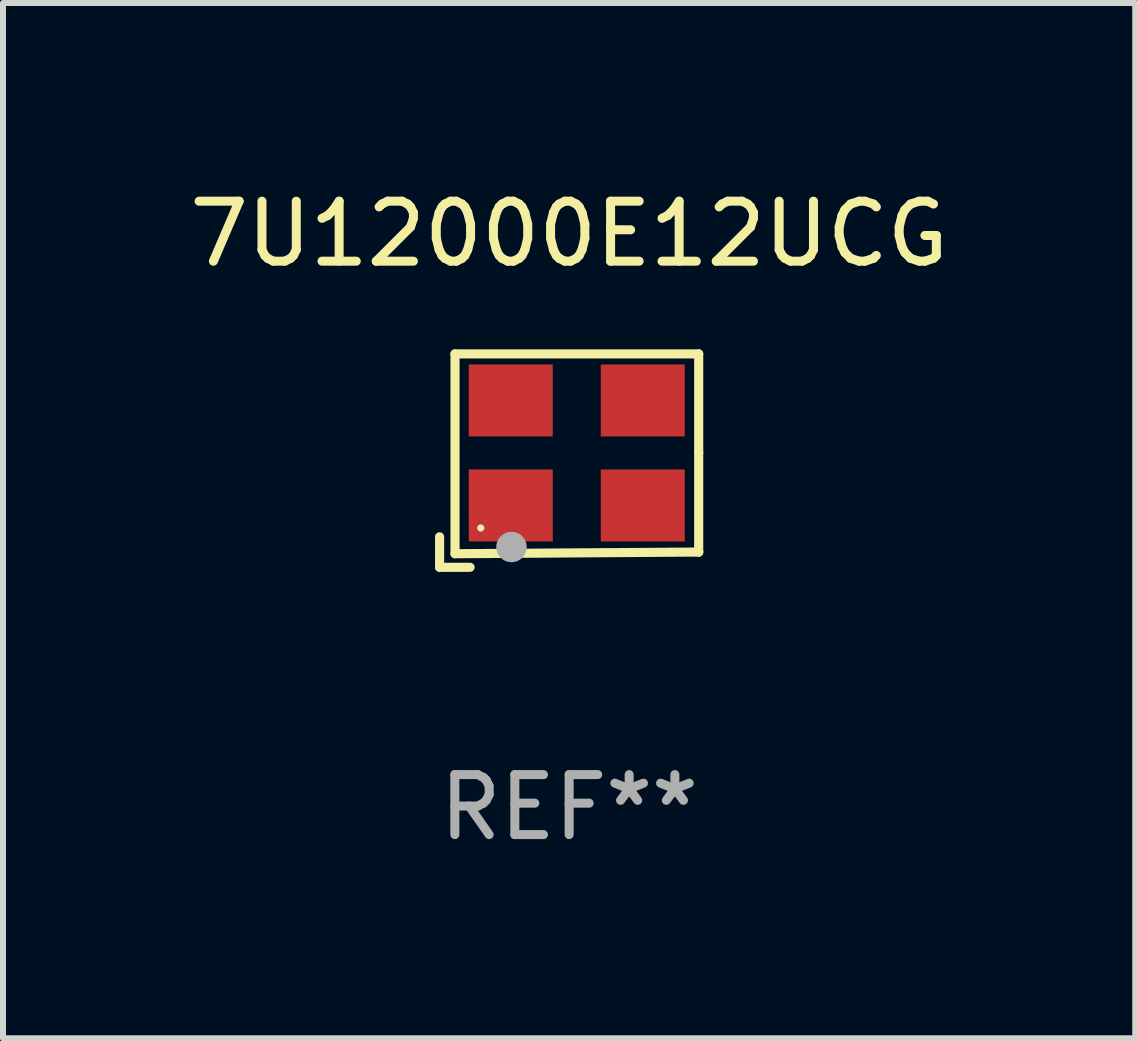
<source format=kicad_pcb>
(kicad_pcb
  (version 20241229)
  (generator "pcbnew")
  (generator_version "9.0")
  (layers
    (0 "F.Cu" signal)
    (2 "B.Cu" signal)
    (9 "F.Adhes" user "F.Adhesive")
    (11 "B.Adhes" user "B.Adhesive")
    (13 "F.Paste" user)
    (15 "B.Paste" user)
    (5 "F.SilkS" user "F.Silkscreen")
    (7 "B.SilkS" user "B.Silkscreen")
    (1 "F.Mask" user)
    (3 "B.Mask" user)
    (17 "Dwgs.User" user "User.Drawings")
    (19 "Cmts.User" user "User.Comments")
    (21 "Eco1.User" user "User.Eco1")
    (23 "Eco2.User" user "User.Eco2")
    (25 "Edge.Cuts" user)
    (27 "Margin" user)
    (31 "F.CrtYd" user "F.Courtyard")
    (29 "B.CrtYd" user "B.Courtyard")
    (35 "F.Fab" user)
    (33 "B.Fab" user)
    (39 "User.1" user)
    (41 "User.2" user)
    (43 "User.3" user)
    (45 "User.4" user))
  (footprint "7U12000E12UCG"
    (layer "F.Cu")
    (at 6.435 4.626)
    (property "Reference" "7U12000E12UCG" (at 0 -3.778 0) (layer "F.SilkS") (effects (font (size 1 1) (thickness 0.15))))
    (attr through_hole)
    (fp_line (start -2.159 1.27) (end -2.159 1.778) (stroke (width 0.152) (type solid)) (layer "F.SilkS"))
    (fp_line (start -2.159 1.778) (end -1.651 1.778) (stroke (width 0.152) (type solid)) (layer "F.SilkS"))
    (fp_line (start -1.902 -1.778) (end 2.159 -1.778) (stroke (width 0.152) (type solid)) (layer "F.SilkS"))
    (fp_line (start -1.902 1.552) (end -1.902 -1.778) (stroke (width 0.152) (type solid)) (layer "F.SilkS"))
    (fp_line (start 2.159 -1.778) (end 2.159 -0.127) (stroke (width 0.152) (type solid)) (layer "F.SilkS"))
    (fp_line (start 2.159 -0.127) (end 2.159 1.524) (stroke (width 0.152) (type solid)) (layer "F.SilkS"))
    (fp_line (start 2.159 1.524) (end -1.902 1.552) (stroke (width 0.152) (type solid)) (layer "F.SilkS"))
    (fp_line (start 2.159 1.524) (end 2.159 1.524) (stroke (width 0.152) (type solid)) (layer "F.SilkS"))
    (fp_circle (center -1.473 1.123) (end -1.443 1.123) (stroke (width 0.06) (type solid)) (fill no) (layer "F.SilkS"))
    (fp_circle (center -0.961 1.44) (end -0.834 1.44) (stroke (width 0.254) (type solid)) (fill no) (layer "F.Fab"))
    (fp_text user "REF**" (at 0 5.778 0) (layer "F.Fab") (effects (font (size 1 1) (thickness 0.15))))
    (pad "1" smd rect (at -0.973 0.748) (size 1.4 1.2) (layers "F.Cu" "F.Mask" "F.Paste"))
    (pad "2" smd rect (at 1.227 0.748) (size 1.4 1.2) (layers "F.Cu" "F.Mask" "F.Paste"))
    (pad "3" smd rect (at 1.227 -1.002) (size 1.4 1.2) (layers "F.Cu" "F.Mask" "F.Paste"))
    (pad "4" smd rect (at -0.973 -1.002) (size 1.4 1.2) (layers "F.Cu" "F.Mask" "F.Paste")))
  (gr_rect
    (start -3 -3)
    (end 15.869 14.253)
    (stroke (width 0.1) (type default))
    (fill no)
    (layer "Edge.Cuts")))
</source>
